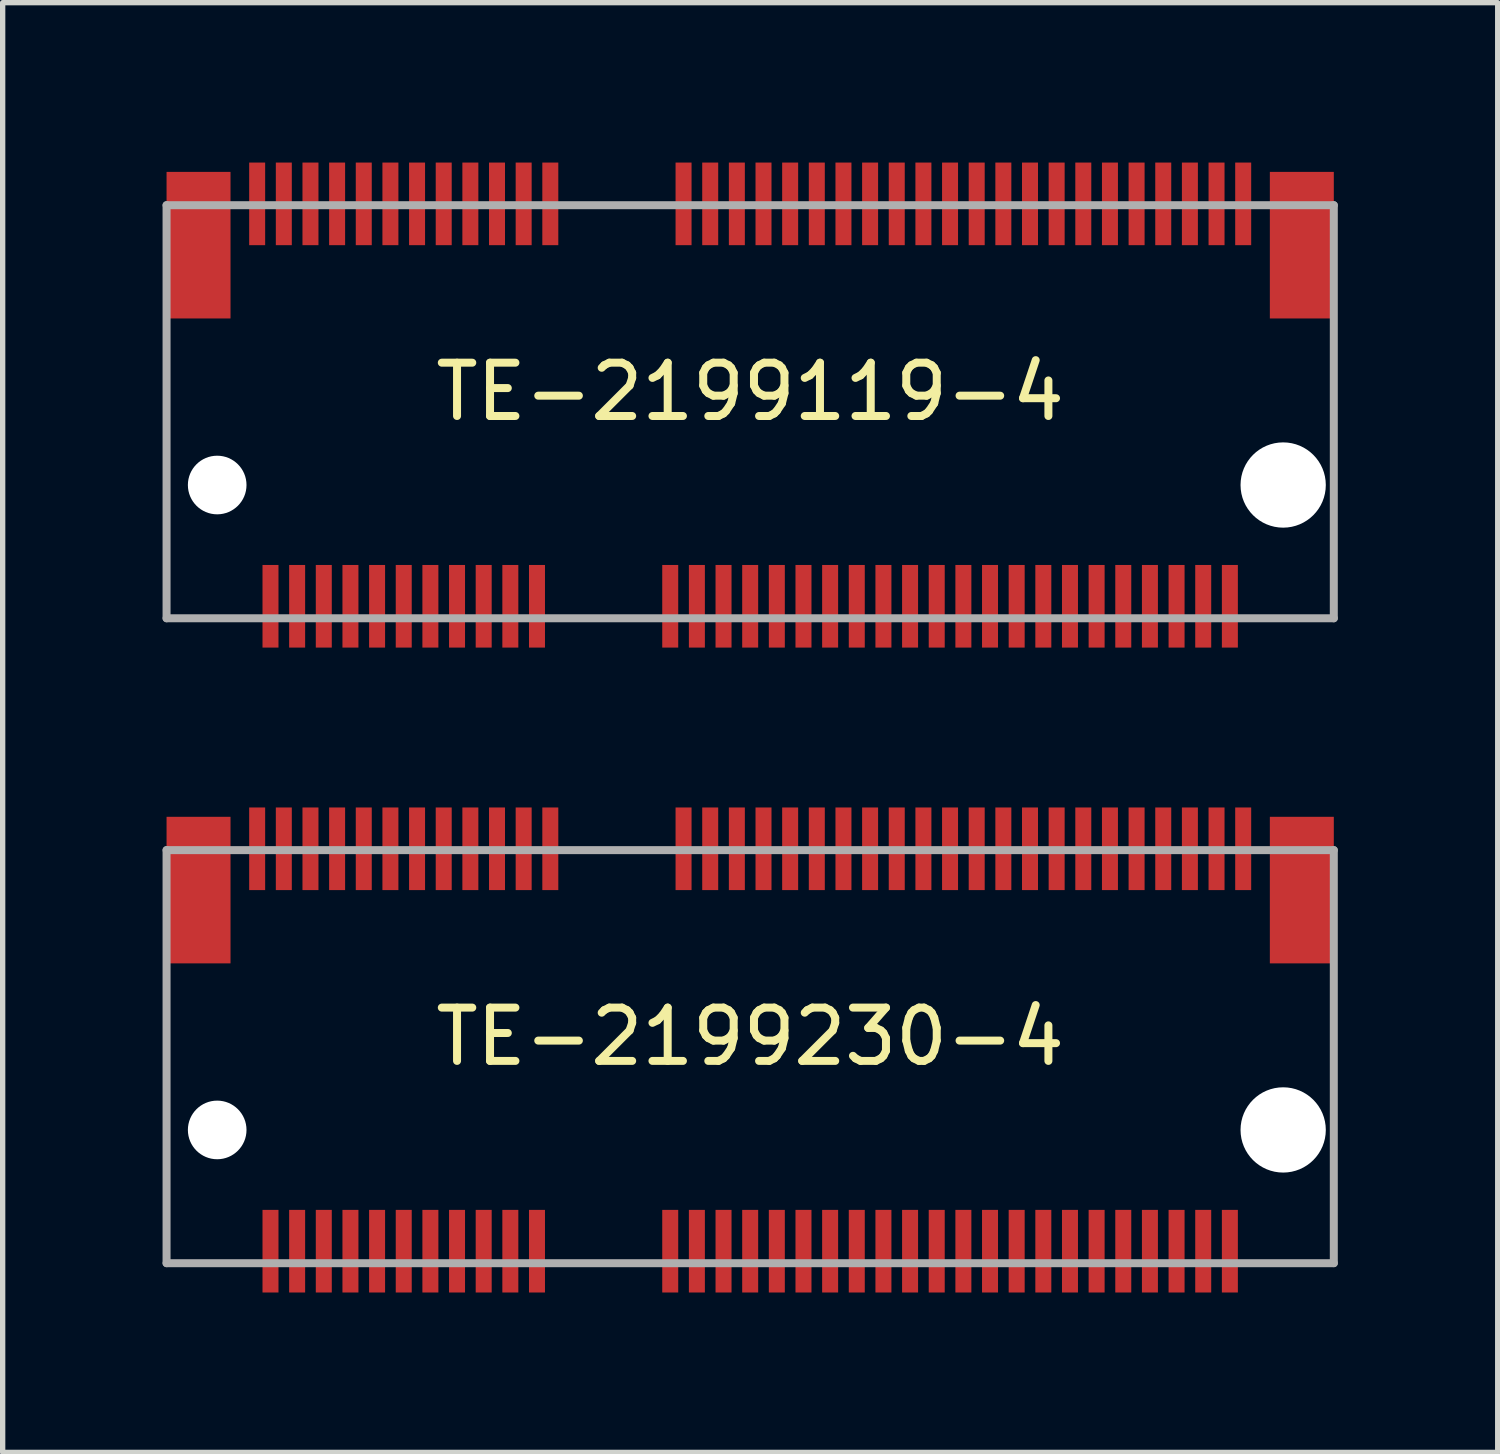
<source format=kicad_pcb>
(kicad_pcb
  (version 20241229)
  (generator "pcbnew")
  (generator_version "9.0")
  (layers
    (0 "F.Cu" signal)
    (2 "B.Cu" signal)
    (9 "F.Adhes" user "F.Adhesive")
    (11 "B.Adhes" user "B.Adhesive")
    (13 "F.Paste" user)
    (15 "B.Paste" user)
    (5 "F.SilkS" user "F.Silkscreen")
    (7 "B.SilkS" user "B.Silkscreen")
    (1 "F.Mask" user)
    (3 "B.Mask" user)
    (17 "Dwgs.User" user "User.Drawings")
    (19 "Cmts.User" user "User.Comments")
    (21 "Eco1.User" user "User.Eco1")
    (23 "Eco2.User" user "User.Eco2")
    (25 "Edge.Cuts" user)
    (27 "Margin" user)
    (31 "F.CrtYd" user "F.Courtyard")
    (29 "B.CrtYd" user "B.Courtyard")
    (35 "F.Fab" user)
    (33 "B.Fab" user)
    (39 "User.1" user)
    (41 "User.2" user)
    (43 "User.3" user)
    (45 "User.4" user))
  (footprint "TE-2199119-4"
    (layer "F.Cu")
    (at 11.025 4.3)
    (property "Reference" "TE-2199119-4" (at 0 0 0) (layer "F.SilkS") (effects (font (size 1 1) (thickness 0.15))))
    (attr smd)
    (fp_line (start -10.95 -3.5) (end -10.95 4.25) (stroke (width 0.15) (type solid)) (layer "F.Fab"))
    (fp_line (start 10.95 -3.5) (end -10.95 -3.5) (stroke (width 0.15) (type solid)) (layer "F.Fab"))
    (fp_line (start 10.95 -3.5) (end 10.95 4.25) (stroke (width 0.15) (type solid)) (layer "F.Fab"))
    (fp_line (start 10.95 4.25) (end -10.95 4.25) (stroke (width 0.15) (type solid)) (layer "F.Fab"))
    (pad "" smd rect (at -10.35 -2.75) (size 1.2 2.75) (layers "F.Cu" "F.Mask" "F.Paste"))
    (pad "" np_thru_hole circle (at -10 1.75) (size 1.1 1.1) (drill 1.1) (layers "*.Cu" "*.Mask"))
    (pad "" np_thru_hole circle (at 10 1.75) (size 1.6 1.6) (drill 1.6) (layers "*.Cu" "*.Mask"))
    (pad "" smd rect (at 10.35 -2.75) (size 1.2 2.75) (layers "F.Cu" "F.Mask" "F.Paste"))
    (pad "1" smd rect (at -9.25 -3.525) (size 0.3 1.55) (layers "F.Cu" "F.Mask" "F.Paste"))
    (pad "2" smd rect (at -9 4.025) (size 0.3 1.55) (layers "F.Cu" "F.Mask" "F.Paste"))
    (pad "3" smd rect (at -8.75 -3.525) (size 0.3 1.55) (layers "F.Cu" "F.Mask" "F.Paste"))
    (pad "4" smd rect (at -8.5 4.025) (size 0.3 1.55) (layers "F.Cu" "F.Mask" "F.Paste"))
    (pad "5" smd rect (at -8.25 -3.525) (size 0.3 1.55) (layers "F.Cu" "F.Mask" "F.Paste"))
    (pad "6" smd rect (at -8 4.025) (size 0.3 1.55) (layers "F.Cu" "F.Mask" "F.Paste"))
    (pad "7" smd rect (at -7.75 -3.525) (size 0.3 1.55) (layers "F.Cu" "F.Mask" "F.Paste"))
    (pad "8" smd rect (at -7.5 4.025) (size 0.3 1.55) (layers "F.Cu" "F.Mask" "F.Paste"))
    (pad "9" smd rect (at -7.25 -3.525) (size 0.3 1.55) (layers "F.Cu" "F.Mask" "F.Paste"))
    (pad "10" smd rect (at -7 4.025) (size 0.3 1.55) (layers "F.Cu" "F.Mask" "F.Paste"))
    (pad "11" smd rect (at -6.75 -3.525) (size 0.3 1.55) (layers "F.Cu" "F.Mask" "F.Paste"))
    (pad "12" smd rect (at -6.5 4.025) (size 0.3 1.55) (layers "F.Cu" "F.Mask" "F.Paste"))
    (pad "13" smd rect (at -6.25 -3.525) (size 0.3 1.55) (layers "F.Cu" "F.Mask" "F.Paste"))
    (pad "14" smd rect (at -6 4.025) (size 0.3 1.55) (layers "F.Cu" "F.Mask" "F.Paste"))
    (pad "15" smd rect (at -5.75 -3.525) (size 0.3 1.55) (layers "F.Cu" "F.Mask" "F.Paste"))
    (pad "16" smd rect (at -5.5 4.025) (size 0.3 1.55) (layers "F.Cu" "F.Mask" "F.Paste"))
    (pad "17" smd rect (at -5.25 -3.525) (size 0.3 1.55) (layers "F.Cu" "F.Mask" "F.Paste"))
    (pad "18" smd rect (at -5 4.025) (size 0.3 1.55) (layers "F.Cu" "F.Mask" "F.Paste"))
    (pad "19" smd rect (at -4.75 -3.525) (size 0.3 1.55) (layers "F.Cu" "F.Mask" "F.Paste"))
    (pad "20" smd rect (at -4.5 4.025) (size 0.3 1.55) (layers "F.Cu" "F.Mask" "F.Paste"))
    (pad "21" smd rect (at -4.25 -3.525) (size 0.3 1.55) (layers "F.Cu" "F.Mask" "F.Paste"))
    (pad "22" smd rect (at -4 4.025) (size 0.3 1.55) (layers "F.Cu" "F.Mask" "F.Paste"))
    (pad "23" smd rect (at -3.75 -3.525) (size 0.3 1.55) (layers "F.Cu" "F.Mask" "F.Paste"))
    (pad "32" smd rect (at -1.5 4.025) (size 0.3 1.55) (layers "F.Cu" "F.Mask" "F.Paste"))
    (pad "33" smd rect (at -1.25 -3.525) (size 0.3 1.55) (layers "F.Cu" "F.Mask" "F.Paste"))
    (pad "34" smd rect (at -1 4.025) (size 0.3 1.55) (layers "F.Cu" "F.Mask" "F.Paste"))
    (pad "35" smd rect (at -0.75 -3.525) (size 0.3 1.55) (layers "F.Cu" "F.Mask" "F.Paste"))
    (pad "36" smd rect (at -0.5 4.025) (size 0.3 1.55) (layers "F.Cu" "F.Mask" "F.Paste"))
    (pad "37" smd rect (at -0.25 -3.525) (size 0.3 1.55) (layers "F.Cu" "F.Mask" "F.Paste"))
    (pad "38" smd rect (at 0 4.025) (size 0.3 1.55) (layers "F.Cu" "F.Mask" "F.Paste"))
    (pad "39" smd rect (at 0.25 -3.525) (size 0.3 1.55) (layers "F.Cu" "F.Mask" "F.Paste"))
    (pad "40" smd rect (at 0.5 4.025) (size 0.3 1.55) (layers "F.Cu" "F.Mask" "F.Paste"))
    (pad "41" smd rect (at 0.75 -3.525) (size 0.3 1.55) (layers "F.Cu" "F.Mask" "F.Paste"))
    (pad "42" smd rect (at 1 4.025) (size 0.3 1.55) (layers "F.Cu" "F.Mask" "F.Paste"))
    (pad "43" smd rect (at 1.25 -3.525) (size 0.3 1.55) (layers "F.Cu" "F.Mask" "F.Paste"))
    (pad "44" smd rect (at 1.5 4.025) (size 0.3 1.55) (layers "F.Cu" "F.Mask" "F.Paste"))
    (pad "45" smd rect (at 1.75 -3.525) (size 0.3 1.55) (layers "F.Cu" "F.Mask" "F.Paste"))
    (pad "46" smd rect (at 2 4.025) (size 0.3 1.55) (layers "F.Cu" "F.Mask" "F.Paste"))
    (pad "47" smd rect (at 2.25 -3.525) (size 0.3 1.55) (layers "F.Cu" "F.Mask" "F.Paste"))
    (pad "48" smd rect (at 2.5 4.025) (size 0.3 1.55) (layers "F.Cu" "F.Mask" "F.Paste"))
    (pad "49" smd rect (at 2.75 -3.525) (size 0.3 1.55) (layers "F.Cu" "F.Mask" "F.Paste"))
    (pad "50" smd rect (at 3 4.025) (size 0.3 1.55) (layers "F.Cu" "F.Mask" "F.Paste"))
    (pad "51" smd rect (at 3.25 -3.525) (size 0.3 1.55) (layers "F.Cu" "F.Mask" "F.Paste"))
    (pad "52" smd rect (at 3.5 4.025) (size 0.3 1.55) (layers "F.Cu" "F.Mask" "F.Paste"))
    (pad "53" smd rect (at 3.75 -3.525) (size 0.3 1.55) (layers "F.Cu" "F.Mask" "F.Paste"))
    (pad "54" smd rect (at 4 4.025) (size 0.3 1.55) (layers "F.Cu" "F.Mask" "F.Paste"))
    (pad "55" smd rect (at 4.25 -3.525) (size 0.3 1.55) (layers "F.Cu" "F.Mask" "F.Paste"))
    (pad "56" smd rect (at 4.5 4.025) (size 0.3 1.55) (layers "F.Cu" "F.Mask" "F.Paste"))
    (pad "57" smd rect (at 4.75 -3.525) (size 0.3 1.55) (layers "F.Cu" "F.Mask" "F.Paste"))
    (pad "58" smd rect (at 5 4.025) (size 0.3 1.55) (layers "F.Cu" "F.Mask" "F.Paste"))
    (pad "59" smd rect (at 5.25 -3.525) (size 0.3 1.55) (layers "F.Cu" "F.Mask" "F.Paste"))
    (pad "60" smd rect (at 5.5 4.025) (size 0.3 1.55) (layers "F.Cu" "F.Mask" "F.Paste"))
    (pad "61" smd rect (at 5.75 -3.525) (size 0.3 1.55) (layers "F.Cu" "F.Mask" "F.Paste"))
    (pad "62" smd rect (at 6 4.025) (size 0.3 1.55) (layers "F.Cu" "F.Mask" "F.Paste"))
    (pad "63" smd rect (at 6.25 -3.525) (size 0.3 1.55) (layers "F.Cu" "F.Mask" "F.Paste"))
    (pad "64" smd rect (at 6.5 4.025) (size 0.3 1.55) (layers "F.Cu" "F.Mask" "F.Paste"))
    (pad "65" smd rect (at 6.75 -3.525) (size 0.3 1.55) (layers "F.Cu" "F.Mask" "F.Paste"))
    (pad "66" smd rect (at 7 4.025) (size 0.3 1.55) (layers "F.Cu" "F.Mask" "F.Paste"))
    (pad "67" smd rect (at 7.25 -3.525) (size 0.3 1.55) (layers "F.Cu" "F.Mask" "F.Paste"))
    (pad "68" smd rect (at 7.5 4.025) (size 0.3 1.55) (layers "F.Cu" "F.Mask" "F.Paste"))
    (pad "69" smd rect (at 7.75 -3.525) (size 0.3 1.55) (layers "F.Cu" "F.Mask" "F.Paste"))
    (pad "70" smd rect (at 8 4.025) (size 0.3 1.55) (layers "F.Cu" "F.Mask" "F.Paste"))
    (pad "71" smd rect (at 8.25 -3.525) (size 0.3 1.55) (layers "F.Cu" "F.Mask" "F.Paste"))
    (pad "72" smd rect (at 8.5 4.025) (size 0.3 1.55) (layers "F.Cu" "F.Mask" "F.Paste"))
    (pad "73" smd rect (at 8.75 -3.525) (size 0.3 1.55) (layers "F.Cu" "F.Mask" "F.Paste"))
    (pad "74" smd rect (at 9 4.025) (size 0.3 1.55) (layers "F.Cu" "F.Mask" "F.Paste"))
    (pad "75" smd rect (at 9.25 -3.525) (size 0.3 1.55) (layers "F.Cu" "F.Mask" "F.Paste")))
  (footprint "TE-2199230-4"
    (layer "F.Cu")
    (at 11.025 16.4)
    (property "Reference" "TE-2199230-4" (at 0 0 0) (layer "F.SilkS") (effects (font (size 1 1) (thickness 0.15))))
    (attr smd)
    (fp_line (start -10.95 -3.5) (end -10.95 4.25) (stroke (width 0.15) (type solid)) (layer "F.Fab"))
    (fp_line (start 10.95 -3.5) (end -10.95 -3.5) (stroke (width 0.15) (type solid)) (layer "F.Fab"))
    (fp_line (start 10.95 -3.5) (end 10.95 4.25) (stroke (width 0.15) (type solid)) (layer "F.Fab"))
    (fp_line (start 10.95 4.25) (end -10.95 4.25) (stroke (width 0.15) (type solid)) (layer "F.Fab"))
    (pad "" smd rect (at -10.35 -2.75) (size 1.2 2.75) (layers "F.Cu" "F.Mask" "F.Paste"))
    (pad "" np_thru_hole circle (at -10 1.75) (size 1.1 1.1) (drill 1.1) (layers "*.Cu" "*.Mask"))
    (pad "" np_thru_hole circle (at 10 1.75) (size 1.6 1.6) (drill 1.6) (layers "*.Cu" "*.Mask"))
    (pad "" smd rect (at 10.35 -2.75) (size 1.2 2.75) (layers "F.Cu" "F.Mask" "F.Paste"))
    (pad "1" smd rect (at -9.25 -3.525) (size 0.3 1.55) (layers "F.Cu" "F.Mask" "F.Paste"))
    (pad "2" smd rect (at -9 4.025) (size 0.3 1.55) (layers "F.Cu" "F.Mask" "F.Paste"))
    (pad "3" smd rect (at -8.75 -3.525) (size 0.3 1.55) (layers "F.Cu" "F.Mask" "F.Paste"))
    (pad "4" smd rect (at -8.5 4.025) (size 0.3 1.55) (layers "F.Cu" "F.Mask" "F.Paste"))
    (pad "5" smd rect (at -8.25 -3.525) (size 0.3 1.55) (layers "F.Cu" "F.Mask" "F.Paste"))
    (pad "6" smd rect (at -8 4.025) (size 0.3 1.55) (layers "F.Cu" "F.Mask" "F.Paste"))
    (pad "7" smd rect (at -7.75 -3.525) (size 0.3 1.55) (layers "F.Cu" "F.Mask" "F.Paste"))
    (pad "8" smd rect (at -7.5 4.025) (size 0.3 1.55) (layers "F.Cu" "F.Mask" "F.Paste"))
    (pad "9" smd rect (at -7.25 -3.525) (size 0.3 1.55) (layers "F.Cu" "F.Mask" "F.Paste"))
    (pad "10" smd rect (at -7 4.025) (size 0.3 1.55) (layers "F.Cu" "F.Mask" "F.Paste"))
    (pad "11" smd rect (at -6.75 -3.525) (size 0.3 1.55) (layers "F.Cu" "F.Mask" "F.Paste"))
    (pad "12" smd rect (at -6.5 4.025) (size 0.3 1.55) (layers "F.Cu" "F.Mask" "F.Paste"))
    (pad "13" smd rect (at -6.25 -3.525) (size 0.3 1.55) (layers "F.Cu" "F.Mask" "F.Paste"))
    (pad "14" smd rect (at -6 4.025) (size 0.3 1.55) (layers "F.Cu" "F.Mask" "F.Paste"))
    (pad "15" smd rect (at -5.75 -3.525) (size 0.3 1.55) (layers "F.Cu" "F.Mask" "F.Paste"))
    (pad "16" smd rect (at -5.5 4.025) (size 0.3 1.55) (layers "F.Cu" "F.Mask" "F.Paste"))
    (pad "17" smd rect (at -5.25 -3.525) (size 0.3 1.55) (layers "F.Cu" "F.Mask" "F.Paste"))
    (pad "18" smd rect (at -5 4.025) (size 0.3 1.55) (layers "F.Cu" "F.Mask" "F.Paste"))
    (pad "19" smd rect (at -4.75 -3.525) (size 0.3 1.55) (layers "F.Cu" "F.Mask" "F.Paste"))
    (pad "20" smd rect (at -4.5 4.025) (size 0.3 1.55) (layers "F.Cu" "F.Mask" "F.Paste"))
    (pad "21" smd rect (at -4.25 -3.525) (size 0.3 1.55) (layers "F.Cu" "F.Mask" "F.Paste"))
    (pad "22" smd rect (at -4 4.025) (size 0.3 1.55) (layers "F.Cu" "F.Mask" "F.Paste"))
    (pad "23" smd rect (at -3.75 -3.525) (size 0.3 1.55) (layers "F.Cu" "F.Mask" "F.Paste"))
    (pad "32" smd rect (at -1.5 4.025) (size 0.3 1.55) (layers "F.Cu" "F.Mask" "F.Paste"))
    (pad "33" smd rect (at -1.25 -3.525) (size 0.3 1.55) (layers "F.Cu" "F.Mask" "F.Paste"))
    (pad "34" smd rect (at -1 4.025) (size 0.3 1.55) (layers "F.Cu" "F.Mask" "F.Paste"))
    (pad "35" smd rect (at -0.75 -3.525) (size 0.3 1.55) (layers "F.Cu" "F.Mask" "F.Paste"))
    (pad "36" smd rect (at -0.5 4.025) (size 0.3 1.55) (layers "F.Cu" "F.Mask" "F.Paste"))
    (pad "37" smd rect (at -0.25 -3.525) (size 0.3 1.55) (layers "F.Cu" "F.Mask" "F.Paste"))
    (pad "38" smd rect (at 0 4.025) (size 0.3 1.55) (layers "F.Cu" "F.Mask" "F.Paste"))
    (pad "39" smd rect (at 0.25 -3.525) (size 0.3 1.55) (layers "F.Cu" "F.Mask" "F.Paste"))
    (pad "40" smd rect (at 0.5 4.025) (size 0.3 1.55) (layers "F.Cu" "F.Mask" "F.Paste"))
    (pad "41" smd rect (at 0.75 -3.525) (size 0.3 1.55) (layers "F.Cu" "F.Mask" "F.Paste"))
    (pad "42" smd rect (at 1 4.025) (size 0.3 1.55) (layers "F.Cu" "F.Mask" "F.Paste"))
    (pad "43" smd rect (at 1.25 -3.525) (size 0.3 1.55) (layers "F.Cu" "F.Mask" "F.Paste"))
    (pad "44" smd rect (at 1.5 4.025) (size 0.3 1.55) (layers "F.Cu" "F.Mask" "F.Paste"))
    (pad "45" smd rect (at 1.75 -3.525) (size 0.3 1.55) (layers "F.Cu" "F.Mask" "F.Paste"))
    (pad "46" smd rect (at 2 4.025) (size 0.3 1.55) (layers "F.Cu" "F.Mask" "F.Paste"))
    (pad "47" smd rect (at 2.25 -3.525) (size 0.3 1.55) (layers "F.Cu" "F.Mask" "F.Paste"))
    (pad "48" smd rect (at 2.5 4.025) (size 0.3 1.55) (layers "F.Cu" "F.Mask" "F.Paste"))
    (pad "49" smd rect (at 2.75 -3.525) (size 0.3 1.55) (layers "F.Cu" "F.Mask" "F.Paste"))
    (pad "50" smd rect (at 3 4.025) (size 0.3 1.55) (layers "F.Cu" "F.Mask" "F.Paste"))
    (pad "51" smd rect (at 3.25 -3.525) (size 0.3 1.55) (layers "F.Cu" "F.Mask" "F.Paste"))
    (pad "52" smd rect (at 3.5 4.025) (size 0.3 1.55) (layers "F.Cu" "F.Mask" "F.Paste"))
    (pad "53" smd rect (at 3.75 -3.525) (size 0.3 1.55) (layers "F.Cu" "F.Mask" "F.Paste"))
    (pad "54" smd rect (at 4 4.025) (size 0.3 1.55) (layers "F.Cu" "F.Mask" "F.Paste"))
    (pad "55" smd rect (at 4.25 -3.525) (size 0.3 1.55) (layers "F.Cu" "F.Mask" "F.Paste"))
    (pad "56" smd rect (at 4.5 4.025) (size 0.3 1.55) (layers "F.Cu" "F.Mask" "F.Paste"))
    (pad "57" smd rect (at 4.75 -3.525) (size 0.3 1.55) (layers "F.Cu" "F.Mask" "F.Paste"))
    (pad "58" smd rect (at 5 4.025) (size 0.3 1.55) (layers "F.Cu" "F.Mask" "F.Paste"))
    (pad "59" smd rect (at 5.25 -3.525) (size 0.3 1.55) (layers "F.Cu" "F.Mask" "F.Paste"))
    (pad "60" smd rect (at 5.5 4.025) (size 0.3 1.55) (layers "F.Cu" "F.Mask" "F.Paste"))
    (pad "61" smd rect (at 5.75 -3.525) (size 0.3 1.55) (layers "F.Cu" "F.Mask" "F.Paste"))
    (pad "62" smd rect (at 6 4.025) (size 0.3 1.55) (layers "F.Cu" "F.Mask" "F.Paste"))
    (pad "63" smd rect (at 6.25 -3.525) (size 0.3 1.55) (layers "F.Cu" "F.Mask" "F.Paste"))
    (pad "64" smd rect (at 6.5 4.025) (size 0.3 1.55) (layers "F.Cu" "F.Mask" "F.Paste"))
    (pad "65" smd rect (at 6.75 -3.525) (size 0.3 1.55) (layers "F.Cu" "F.Mask" "F.Paste"))
    (pad "66" smd rect (at 7 4.025) (size 0.3 1.55) (layers "F.Cu" "F.Mask" "F.Paste"))
    (pad "67" smd rect (at 7.25 -3.525) (size 0.3 1.55) (layers "F.Cu" "F.Mask" "F.Paste"))
    (pad "68" smd rect (at 7.5 4.025) (size 0.3 1.55) (layers "F.Cu" "F.Mask" "F.Paste"))
    (pad "69" smd rect (at 7.75 -3.525) (size 0.3 1.55) (layers "F.Cu" "F.Mask" "F.Paste"))
    (pad "70" smd rect (at 8 4.025) (size 0.3 1.55) (layers "F.Cu" "F.Mask" "F.Paste"))
    (pad "71" smd rect (at 8.25 -3.525) (size 0.3 1.55) (layers "F.Cu" "F.Mask" "F.Paste"))
    (pad "72" smd rect (at 8.5 4.025) (size 0.3 1.55) (layers "F.Cu" "F.Mask" "F.Paste"))
    (pad "73" smd rect (at 8.75 -3.525) (size 0.3 1.55) (layers "F.Cu" "F.Mask" "F.Paste"))
    (pad "74" smd rect (at 9 4.025) (size 0.3 1.55) (layers "F.Cu" "F.Mask" "F.Paste"))
    (pad "75" smd rect (at 9.25 -3.525) (size 0.3 1.55) (layers "F.Cu" "F.Mask" "F.Paste")))
  (gr_rect
    (start -3 -3)
    (end 25.05 24.2)
    (stroke (width 0.1) (type default))
    (fill no)
    (layer "Edge.Cuts")))
</source>
